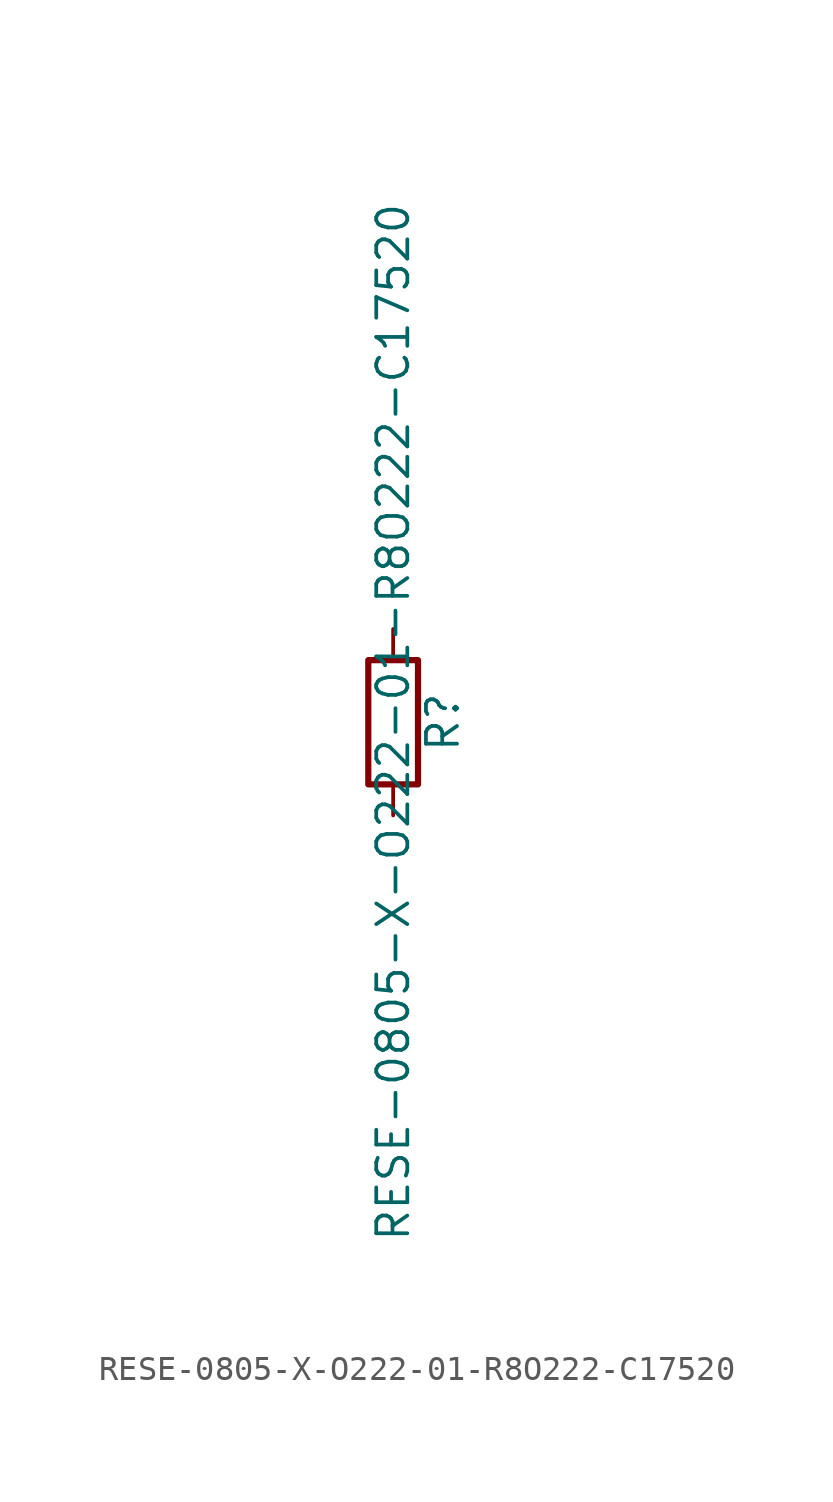
<source format=kicad_sym>
(kicad_symbol_lib
  (version 20211014)
  (generator kicad_symbol_editor)
  (symbol "RESE-0805-X-O222-01-R8O222-C17520"
    (pin_numbers hide)
    (pin_names
      (offset 0))
    (property "Reference" "R"
      (at 2.032 0 90)
      (effects (font (size 1.27 1.27))))
    (property "Value" "RESE-0805-X-O222-01-R8O222-C17520"
      (at 0 0 90)
      (effects (font (size 1.27 1.27))))
    (symbol "RESE-0805-X-O222-01-R8O222-C17520_0_1"
      (rectangle (start -1.016 -2.54) (end 1.016 2.54) (stroke (width 0.254) (type default) (color 0 0 0 0)) (fill (type none))))
    (symbol "RESE-0805-X-O222-01-R8O222-C17520_1_1"
      (pin passive line (at 0 3.81 270) (length 1.27) (name "~" (effects (font (size 1.27 1.27)))) (number "1" (effects (font (size 1.27 1.27)))))
      (pin passive line (at 0 -3.81 90) (length 1.27) (name "~" (effects (font (size 1.27 1.27)))) (number "2" (effects (font (size 1.27 1.27))))))))
</source>
